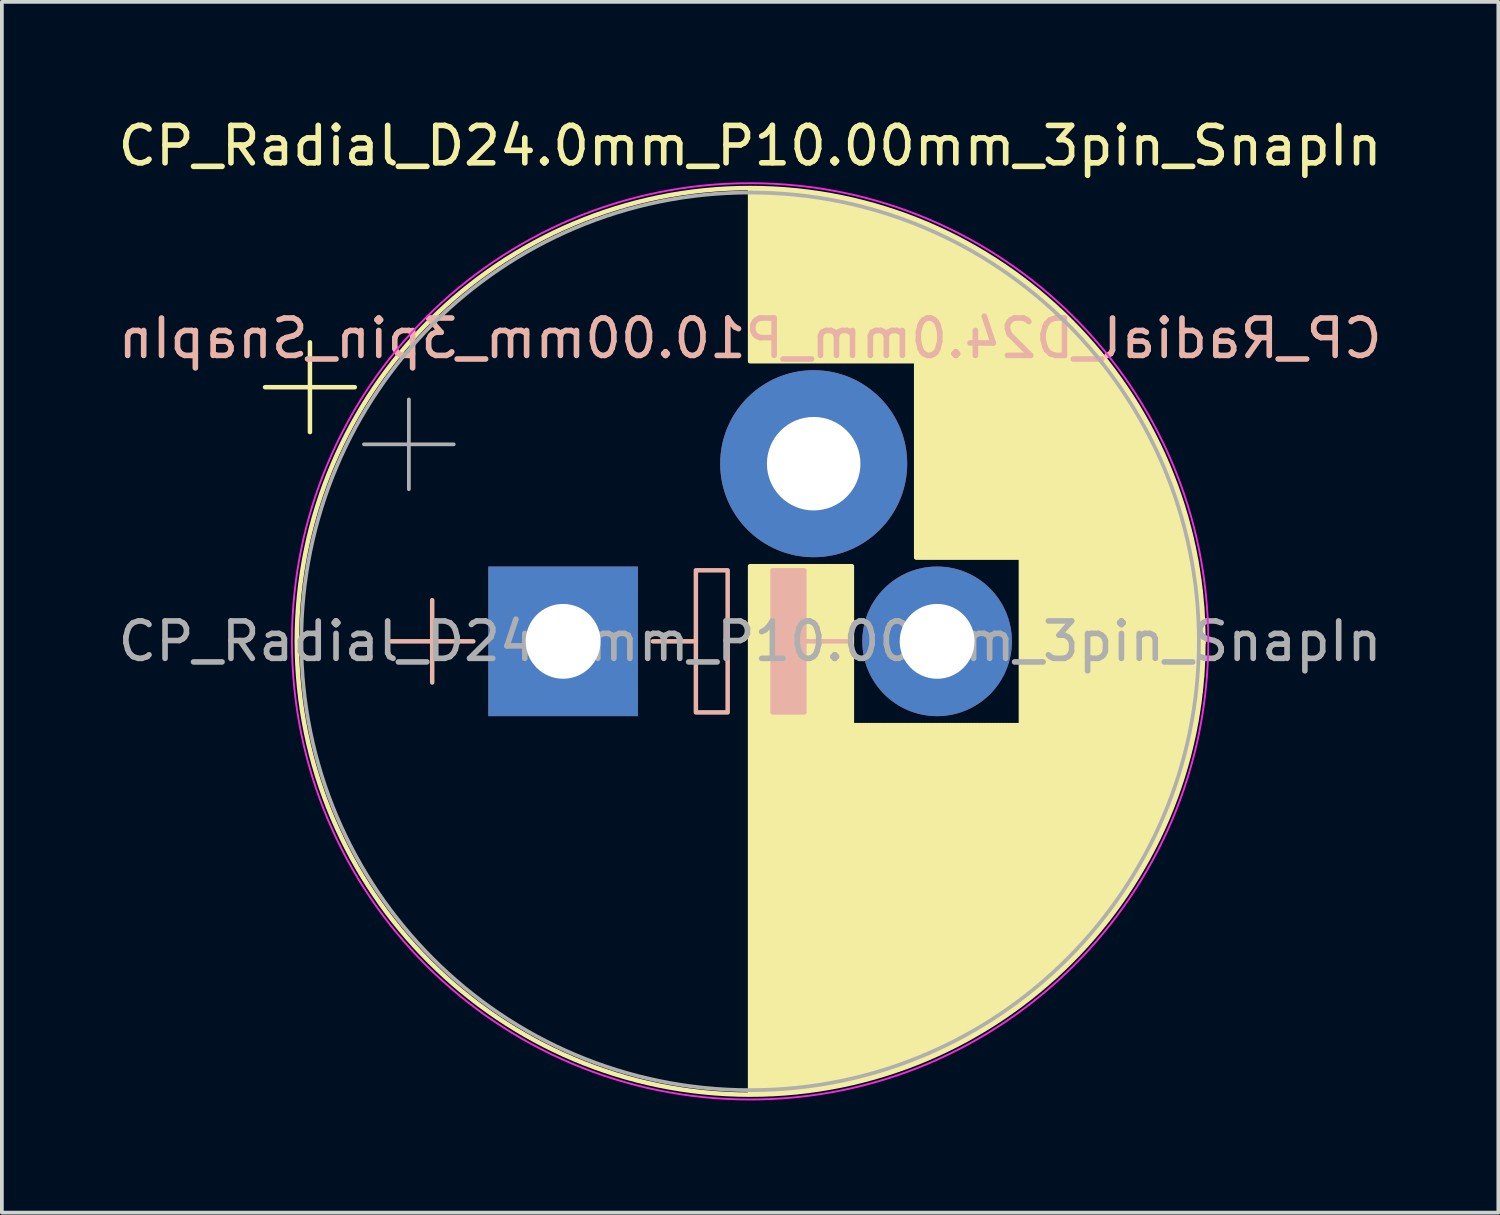
<source format=kicad_pcb>
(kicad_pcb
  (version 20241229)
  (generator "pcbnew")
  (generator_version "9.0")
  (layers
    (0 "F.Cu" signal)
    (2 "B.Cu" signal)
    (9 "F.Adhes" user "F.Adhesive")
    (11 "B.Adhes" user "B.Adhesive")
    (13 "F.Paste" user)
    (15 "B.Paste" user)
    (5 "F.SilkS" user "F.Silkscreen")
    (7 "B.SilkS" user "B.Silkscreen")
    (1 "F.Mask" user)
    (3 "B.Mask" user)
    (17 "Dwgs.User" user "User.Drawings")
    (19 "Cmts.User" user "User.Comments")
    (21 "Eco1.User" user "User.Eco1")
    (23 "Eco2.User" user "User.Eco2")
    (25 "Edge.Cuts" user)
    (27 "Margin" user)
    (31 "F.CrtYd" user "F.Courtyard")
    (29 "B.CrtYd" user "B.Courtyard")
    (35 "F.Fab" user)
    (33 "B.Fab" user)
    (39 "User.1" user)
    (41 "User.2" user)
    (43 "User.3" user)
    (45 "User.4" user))
  (footprint "CP_Radial_D24.0mm_P10.00mm_3pin_SnapIn"
    (layer "F.Cu")
    (at 12.006 14.098)
    (property "Reference" "CP_Radial_D24.0mm_P10.00mm_3pin_SnapIn" (at 5 -13.25 0) (layer "F.SilkS") (effects (font (size 1 1) (thickness 0.15))))
    (fp_line (start -7.969 -6.795) (end -5.569 -6.795) (stroke (width 0.12) (type solid)) (layer "F.SilkS"))
    (fp_line (start -6.769 -7.995) (end -6.769 -5.595) (stroke (width 0.12) (type solid)) (layer "F.SilkS"))
    (fp_line (start 5 -12.081) (end 5 -7.49) (stroke (width 0.12) (type solid)) (layer "F.SilkS"))
    (fp_line (start 5 -2.01) (end 5 12.081) (stroke (width 0.12) (type solid)) (layer "F.SilkS"))
    (fp_line (start 5.04 -12.08) (end 5.04 -7.49) (stroke (width 0.12) (type solid)) (layer "F.SilkS"))
    (fp_line (start 5.04 -2.01) (end 5.04 12.08) (stroke (width 0.12) (type solid)) (layer "F.SilkS"))
    (fp_line (start 5.08 -12.08) (end 5.08 -7.49) (stroke (width 0.12) (type solid)) (layer "F.SilkS"))
    (fp_line (start 5.08 -2.01) (end 5.08 12.08) (stroke (width 0.12) (type solid)) (layer "F.SilkS"))
    (fp_line (start 5.12 -12.08) (end 5.12 -7.49) (stroke (width 0.12) (type solid)) (layer "F.SilkS"))
    (fp_line (start 5.12 -2.01) (end 5.12 12.08) (stroke (width 0.12) (type solid)) (layer "F.SilkS"))
    (fp_line (start 5.16 -12.079) (end 5.16 -7.49) (stroke (width 0.12) (type solid)) (layer "F.SilkS"))
    (fp_line (start 5.16 -2.01) (end 5.16 12.079) (stroke (width 0.12) (type solid)) (layer "F.SilkS"))
    (fp_line (start 5.2 -12.079) (end 5.2 -7.49) (stroke (width 0.12) (type solid)) (layer "F.SilkS"))
    (fp_line (start 5.2 -2.01) (end 5.2 12.079) (stroke (width 0.12) (type solid)) (layer "F.SilkS"))
    (fp_line (start 5.24 -12.078) (end 5.24 -7.49) (stroke (width 0.12) (type solid)) (layer "F.SilkS"))
    (fp_line (start 5.24 -2.01) (end 5.24 12.078) (stroke (width 0.12) (type solid)) (layer "F.SilkS"))
    (fp_line (start 5.28 -12.077) (end 5.28 -7.49) (stroke (width 0.12) (type solid)) (layer "F.SilkS"))
    (fp_line (start 5.28 -2.01) (end 5.28 12.077) (stroke (width 0.12) (type solid)) (layer "F.SilkS"))
    (fp_line (start 5.32 -12.076) (end 5.32 -7.49) (stroke (width 0.12) (type solid)) (layer "F.SilkS"))
    (fp_line (start 5.32 -2.01) (end 5.32 12.076) (stroke (width 0.12) (type solid)) (layer "F.SilkS"))
    (fp_line (start 5.36 -12.075) (end 5.36 -7.49) (stroke (width 0.12) (type solid)) (layer "F.SilkS"))
    (fp_line (start 5.36 -2.01) (end 5.36 12.075) (stroke (width 0.12) (type solid)) (layer "F.SilkS"))
    (fp_line (start 5.4 -12.074) (end 5.4 -7.49) (stroke (width 0.12) (type solid)) (layer "F.SilkS"))
    (fp_line (start 5.4 -2.01) (end 5.4 12.074) (stroke (width 0.12) (type solid)) (layer "F.SilkS"))
    (fp_line (start 5.44 -12.073) (end 5.44 -7.49) (stroke (width 0.12) (type solid)) (layer "F.SilkS"))
    (fp_line (start 5.44 -2.01) (end 5.44 12.073) (stroke (width 0.12) (type solid)) (layer "F.SilkS"))
    (fp_line (start 5.48 -12.071) (end 5.48 -7.49) (stroke (width 0.12) (type solid)) (layer "F.SilkS"))
    (fp_line (start 5.48 -2.01) (end 5.48 12.071) (stroke (width 0.12) (type solid)) (layer "F.SilkS"))
    (fp_line (start 5.52 -12.069) (end 5.52 -7.49) (stroke (width 0.12) (type solid)) (layer "F.SilkS"))
    (fp_line (start 5.52 -2.01) (end 5.52 12.069) (stroke (width 0.12) (type solid)) (layer "F.SilkS"))
    (fp_line (start 5.56 -12.068) (end 5.56 -7.49) (stroke (width 0.12) (type solid)) (layer "F.SilkS"))
    (fp_line (start 5.56 -2.01) (end 5.56 12.068) (stroke (width 0.12) (type solid)) (layer "F.SilkS"))
    (fp_line (start 5.6 -12.066) (end 5.6 -7.49) (stroke (width 0.12) (type solid)) (layer "F.SilkS"))
    (fp_line (start 5.6 -2.01) (end 5.6 12.066) (stroke (width 0.12) (type solid)) (layer "F.SilkS"))
    (fp_line (start 5.64 -12.064) (end 5.64 -7.49) (stroke (width 0.12) (type solid)) (layer "F.SilkS"))
    (fp_line (start 5.64 -2.01) (end 5.64 12.064) (stroke (width 0.12) (type solid)) (layer "F.SilkS"))
    (fp_line (start 5.68 -12.061) (end 5.68 -7.49) (stroke (width 0.12) (type solid)) (layer "F.SilkS"))
    (fp_line (start 5.68 -2.01) (end 5.68 12.061) (stroke (width 0.12) (type solid)) (layer "F.SilkS"))
    (fp_line (start 5.721 -12.059) (end 5.721 -7.49) (stroke (width 0.12) (type solid)) (layer "F.SilkS"))
    (fp_line (start 5.721 -2.01) (end 5.721 12.059) (stroke (width 0.12) (type solid)) (layer "F.SilkS"))
    (fp_line (start 5.761 -12.057) (end 5.761 -7.49) (stroke (width 0.12) (type solid)) (layer "F.SilkS"))
    (fp_line (start 5.761 -2.01) (end 5.761 12.057) (stroke (width 0.12) (type solid)) (layer "F.SilkS"))
    (fp_line (start 5.801 -12.054) (end 5.801 -7.49) (stroke (width 0.12) (type solid)) (layer "F.SilkS"))
    (fp_line (start 5.801 -2.01) (end 5.801 12.054) (stroke (width 0.12) (type solid)) (layer "F.SilkS"))
    (fp_line (start 5.841 -12.051) (end 5.841 -7.49) (stroke (width 0.12) (type solid)) (layer "F.SilkS"))
    (fp_line (start 5.841 -2.01) (end 5.841 12.051) (stroke (width 0.12) (type solid)) (layer "F.SilkS"))
    (fp_line (start 5.881 -12.049) (end 5.881 -7.49) (stroke (width 0.12) (type solid)) (layer "F.SilkS"))
    (fp_line (start 5.881 -2.01) (end 5.881 12.049) (stroke (width 0.12) (type solid)) (layer "F.SilkS"))
    (fp_line (start 5.921 -12.046) (end 5.921 -7.49) (stroke (width 0.12) (type solid)) (layer "F.SilkS"))
    (fp_line (start 5.921 -2.01) (end 5.921 12.046) (stroke (width 0.12) (type solid)) (layer "F.SilkS"))
    (fp_line (start 5.961 -12.042) (end 5.961 -7.49) (stroke (width 0.12) (type solid)) (layer "F.SilkS"))
    (fp_line (start 5.961 -2.01) (end 5.961 12.042) (stroke (width 0.12) (type solid)) (layer "F.SilkS"))
    (fp_line (start 6.001 -12.039) (end 6.001 -7.49) (stroke (width 0.12) (type solid)) (layer "F.SilkS"))
    (fp_line (start 6.001 -2.01) (end 6.001 12.039) (stroke (width 0.12) (type solid)) (layer "F.SilkS"))
    (fp_line (start 6.041 -12.036) (end 6.041 -7.49) (stroke (width 0.12) (type solid)) (layer "F.SilkS"))
    (fp_line (start 6.041 -2.01) (end 6.041 12.036) (stroke (width 0.12) (type solid)) (layer "F.SilkS"))
    (fp_line (start 6.081 -12.032) (end 6.081 -7.49) (stroke (width 0.12) (type solid)) (layer "F.SilkS"))
    (fp_line (start 6.081 -2.01) (end 6.081 12.032) (stroke (width 0.12) (type solid)) (layer "F.SilkS"))
    (fp_line (start 6.121 -12.029) (end 6.121 -7.49) (stroke (width 0.12) (type solid)) (layer "F.SilkS"))
    (fp_line (start 6.121 -2.01) (end 6.121 12.029) (stroke (width 0.12) (type solid)) (layer "F.SilkS"))
    (fp_line (start 6.161 -12.025) (end 6.161 -7.49) (stroke (width 0.12) (type solid)) (layer "F.SilkS"))
    (fp_line (start 6.161 -2.01) (end 6.161 12.025) (stroke (width 0.12) (type solid)) (layer "F.SilkS"))
    (fp_line (start 6.201 -12.021) (end 6.201 -7.49) (stroke (width 0.12) (type solid)) (layer "F.SilkS"))
    (fp_line (start 6.201 -2.01) (end 6.201 12.021) (stroke (width 0.12) (type solid)) (layer "F.SilkS"))
    (fp_line (start 6.241 -12.017) (end 6.241 -7.49) (stroke (width 0.12) (type solid)) (layer "F.SilkS"))
    (fp_line (start 6.241 -2.01) (end 6.241 12.017) (stroke (width 0.12) (type solid)) (layer "F.SilkS"))
    (fp_line (start 6.281 -12.013) (end 6.281 -7.49) (stroke (width 0.12) (type solid)) (layer "F.SilkS"))
    (fp_line (start 6.281 -2.01) (end 6.281 12.013) (stroke (width 0.12) (type solid)) (layer "F.SilkS"))
    (fp_line (start 6.321 -12.008) (end 6.321 -7.49) (stroke (width 0.12) (type solid)) (layer "F.SilkS"))
    (fp_line (start 6.321 -2.01) (end 6.321 12.008) (stroke (width 0.12) (type solid)) (layer "F.SilkS"))
    (fp_line (start 6.361 -12.004) (end 6.361 -7.49) (stroke (width 0.12) (type solid)) (layer "F.SilkS"))
    (fp_line (start 6.361 -2.01) (end 6.361 12.004) (stroke (width 0.12) (type solid)) (layer "F.SilkS"))
    (fp_line (start 6.401 -11.999) (end 6.401 -7.49) (stroke (width 0.12) (type solid)) (layer "F.SilkS"))
    (fp_line (start 6.401 -2.01) (end 6.401 11.999) (stroke (width 0.12) (type solid)) (layer "F.SilkS"))
    (fp_line (start 6.441 -11.995) (end 6.441 -7.49) (stroke (width 0.12) (type solid)) (layer "F.SilkS"))
    (fp_line (start 6.441 -2.01) (end 6.441 11.995) (stroke (width 0.12) (type solid)) (layer "F.SilkS"))
    (fp_line (start 6.481 -11.99) (end 6.481 -7.49) (stroke (width 0.12) (type solid)) (layer "F.SilkS"))
    (fp_line (start 6.481 -2.01) (end 6.481 11.99) (stroke (width 0.12) (type solid)) (layer "F.SilkS"))
    (fp_line (start 6.521 -11.985) (end 6.521 -7.49) (stroke (width 0.12) (type solid)) (layer "F.SilkS"))
    (fp_line (start 6.521 -2.01) (end 6.521 11.985) (stroke (width 0.12) (type solid)) (layer "F.SilkS"))
    (fp_line (start 6.561 -11.98) (end 6.561 -7.49) (stroke (width 0.12) (type solid)) (layer "F.SilkS"))
    (fp_line (start 6.561 -2.01) (end 6.561 11.98) (stroke (width 0.12) (type solid)) (layer "F.SilkS"))
    (fp_line (start 6.601 -11.974) (end 6.601 -7.49) (stroke (width 0.12) (type solid)) (layer "F.SilkS"))
    (fp_line (start 6.601 -2.01) (end 6.601 11.974) (stroke (width 0.12) (type solid)) (layer "F.SilkS"))
    (fp_line (start 6.641 -11.969) (end 6.641 -7.49) (stroke (width 0.12) (type solid)) (layer "F.SilkS"))
    (fp_line (start 6.641 -2.01) (end 6.641 11.969) (stroke (width 0.12) (type solid)) (layer "F.SilkS"))
    (fp_line (start 6.681 -11.963) (end 6.681 -7.49) (stroke (width 0.12) (type solid)) (layer "F.SilkS"))
    (fp_line (start 6.681 -2.01) (end 6.681 11.963) (stroke (width 0.12) (type solid)) (layer "F.SilkS"))
    (fp_line (start 6.721 -11.958) (end 6.721 -7.49) (stroke (width 0.12) (type solid)) (layer "F.SilkS"))
    (fp_line (start 6.721 -2.01) (end 6.721 11.958) (stroke (width 0.12) (type solid)) (layer "F.SilkS"))
    (fp_line (start 6.761 -11.952) (end 6.761 -7.49) (stroke (width 0.12) (type solid)) (layer "F.SilkS"))
    (fp_line (start 6.761 -2.01) (end 6.761 11.952) (stroke (width 0.12) (type solid)) (layer "F.SilkS"))
    (fp_line (start 6.801 -11.946) (end 6.801 -7.49) (stroke (width 0.12) (type solid)) (layer "F.SilkS"))
    (fp_line (start 6.801 -2.01) (end 6.801 11.946) (stroke (width 0.12) (type solid)) (layer "F.SilkS"))
    (fp_line (start 6.841 -11.94) (end 6.841 -7.49) (stroke (width 0.12) (type solid)) (layer "F.SilkS"))
    (fp_line (start 6.841 -2.01) (end 6.841 11.94) (stroke (width 0.12) (type solid)) (layer "F.SilkS"))
    (fp_line (start 6.881 -11.934) (end 6.881 -7.49) (stroke (width 0.12) (type solid)) (layer "F.SilkS"))
    (fp_line (start 6.881 -2.01) (end 6.881 11.934) (stroke (width 0.12) (type solid)) (layer "F.SilkS"))
    (fp_line (start 6.921 -11.927) (end 6.921 -7.49) (stroke (width 0.12) (type solid)) (layer "F.SilkS"))
    (fp_line (start 6.921 -2.01) (end 6.921 11.927) (stroke (width 0.12) (type solid)) (layer "F.SilkS"))
    (fp_line (start 6.961 -11.921) (end 6.961 -7.49) (stroke (width 0.12) (type solid)) (layer "F.SilkS"))
    (fp_line (start 6.961 -2.01) (end 6.961 11.921) (stroke (width 0.12) (type solid)) (layer "F.SilkS"))
    (fp_line (start 7.001 -11.914) (end 7.001 -7.49) (stroke (width 0.12) (type solid)) (layer "F.SilkS"))
    (fp_line (start 7.001 -2.01) (end 7.001 11.914) (stroke (width 0.12) (type solid)) (layer "F.SilkS"))
    (fp_line (start 7.041 -11.908) (end 7.041 -7.49) (stroke (width 0.12) (type solid)) (layer "F.SilkS"))
    (fp_line (start 7.041 -2.01) (end 7.041 11.908) (stroke (width 0.12) (type solid)) (layer "F.SilkS"))
    (fp_line (start 7.081 -11.901) (end 7.081 -7.49) (stroke (width 0.12) (type solid)) (layer "F.SilkS"))
    (fp_line (start 7.081 -2.01) (end 7.081 11.901) (stroke (width 0.12) (type solid)) (layer "F.SilkS"))
    (fp_line (start 7.121 -11.894) (end 7.121 -7.49) (stroke (width 0.12) (type solid)) (layer "F.SilkS"))
    (fp_line (start 7.121 -2.01) (end 7.121 11.894) (stroke (width 0.12) (type solid)) (layer "F.SilkS"))
    (fp_line (start 7.161 -11.886) (end 7.161 -7.49) (stroke (width 0.12) (type solid)) (layer "F.SilkS"))
    (fp_line (start 7.161 -2.01) (end 7.161 11.886) (stroke (width 0.12) (type solid)) (layer "F.SilkS"))
    (fp_line (start 7.201 -11.879) (end 7.201 -7.49) (stroke (width 0.12) (type solid)) (layer "F.SilkS"))
    (fp_line (start 7.201 -2.01) (end 7.201 11.879) (stroke (width 0.12) (type solid)) (layer "F.SilkS"))
    (fp_line (start 7.241 -11.872) (end 7.241 -7.49) (stroke (width 0.12) (type solid)) (layer "F.SilkS"))
    (fp_line (start 7.241 -2.01) (end 7.241 11.872) (stroke (width 0.12) (type solid)) (layer "F.SilkS"))
    (fp_line (start 7.281 -11.864) (end 7.281 -7.49) (stroke (width 0.12) (type solid)) (layer "F.SilkS"))
    (fp_line (start 7.281 -2.01) (end 7.281 11.864) (stroke (width 0.12) (type solid)) (layer "F.SilkS"))
    (fp_line (start 7.321 -11.856) (end 7.321 -7.49) (stroke (width 0.12) (type solid)) (layer "F.SilkS"))
    (fp_line (start 7.321 -2.01) (end 7.321 11.856) (stroke (width 0.12) (type solid)) (layer "F.SilkS"))
    (fp_line (start 7.361 -11.849) (end 7.361 -7.49) (stroke (width 0.12) (type solid)) (layer "F.SilkS"))
    (fp_line (start 7.361 -2.01) (end 7.361 11.849) (stroke (width 0.12) (type solid)) (layer "F.SilkS"))
    (fp_line (start 7.401 -11.841) (end 7.401 -7.49) (stroke (width 0.12) (type solid)) (layer "F.SilkS"))
    (fp_line (start 7.401 -2.01) (end 7.401 11.841) (stroke (width 0.12) (type solid)) (layer "F.SilkS"))
    (fp_line (start 7.441 -11.832) (end 7.441 -7.49) (stroke (width 0.12) (type solid)) (layer "F.SilkS"))
    (fp_line (start 7.441 -2.01) (end 7.441 11.832) (stroke (width 0.12) (type solid)) (layer "F.SilkS"))
    (fp_line (start 7.481 -11.824) (end 7.481 -7.49) (stroke (width 0.12) (type solid)) (layer "F.SilkS"))
    (fp_line (start 7.481 -2.01) (end 7.481 11.824) (stroke (width 0.12) (type solid)) (layer "F.SilkS"))
    (fp_line (start 7.521 -11.816) (end 7.521 -7.49) (stroke (width 0.12) (type solid)) (layer "F.SilkS"))
    (fp_line (start 7.521 -2.01) (end 7.521 11.816) (stroke (width 0.12) (type solid)) (layer "F.SilkS"))
    (fp_line (start 7.561 -11.807) (end 7.561 -7.49) (stroke (width 0.12) (type solid)) (layer "F.SilkS"))
    (fp_line (start 7.561 -2.01) (end 7.561 11.807) (stroke (width 0.12) (type solid)) (layer "F.SilkS"))
    (fp_line (start 7.601 -11.798) (end 7.601 -7.49) (stroke (width 0.12) (type solid)) (layer "F.SilkS"))
    (fp_line (start 7.601 -2.01) (end 7.601 11.798) (stroke (width 0.12) (type solid)) (layer "F.SilkS"))
    (fp_line (start 7.641 -11.789) (end 7.641 -7.49) (stroke (width 0.12) (type solid)) (layer "F.SilkS"))
    (fp_line (start 7.641 -2.01) (end 7.641 11.789) (stroke (width 0.12) (type solid)) (layer "F.SilkS"))
    (fp_line (start 7.681 -11.78) (end 7.681 -7.49) (stroke (width 0.12) (type solid)) (layer "F.SilkS"))
    (fp_line (start 7.681 -2.01) (end 7.681 11.78) (stroke (width 0.12) (type solid)) (layer "F.SilkS"))
    (fp_line (start 7.721 -11.771) (end 7.721 -7.49) (stroke (width 0.12) (type solid)) (layer "F.SilkS"))
    (fp_line (start 7.721 -2.01) (end 7.721 11.771) (stroke (width 0.12) (type solid)) (layer "F.SilkS"))
    (fp_line (start 7.761 -11.762) (end 7.761 -7.49) (stroke (width 0.12) (type solid)) (layer "F.SilkS"))
    (fp_line (start 7.761 2.24) (end 7.761 11.762) (stroke (width 0.12) (type solid)) (layer "F.SilkS"))
    (fp_line (start 7.801 -11.753) (end 7.801 -7.49) (stroke (width 0.12) (type solid)) (layer "F.SilkS"))
    (fp_line (start 7.801 2.24) (end 7.801 11.753) (stroke (width 0.12) (type solid)) (layer "F.SilkS"))
    (fp_line (start 7.841 -11.743) (end 7.841 -7.49) (stroke (width 0.12) (type solid)) (layer "F.SilkS"))
    (fp_line (start 7.841 2.24) (end 7.841 11.743) (stroke (width 0.12) (type solid)) (layer "F.SilkS"))
    (fp_line (start 7.881 -11.733) (end 7.881 -7.49) (stroke (width 0.12) (type solid)) (layer "F.SilkS"))
    (fp_line (start 7.881 2.24) (end 7.881 11.733) (stroke (width 0.12) (type solid)) (layer "F.SilkS"))
    (fp_line (start 7.921 -11.723) (end 7.921 -7.49) (stroke (width 0.12) (type solid)) (layer "F.SilkS"))
    (fp_line (start 7.921 2.24) (end 7.921 11.723) (stroke (width 0.12) (type solid)) (layer "F.SilkS"))
    (fp_line (start 7.961 -11.713) (end 7.961 -7.49) (stroke (width 0.12) (type solid)) (layer "F.SilkS"))
    (fp_line (start 7.961 2.24) (end 7.961 11.713) (stroke (width 0.12) (type solid)) (layer "F.SilkS"))
    (fp_line (start 8.001 -11.703) (end 8.001 -7.49) (stroke (width 0.12) (type solid)) (layer "F.SilkS"))
    (fp_line (start 8.001 2.24) (end 8.001 11.703) (stroke (width 0.12) (type solid)) (layer "F.SilkS"))
    (fp_line (start 8.041 -11.693) (end 8.041 -7.49) (stroke (width 0.12) (type solid)) (layer "F.SilkS"))
    (fp_line (start 8.041 2.24) (end 8.041 11.693) (stroke (width 0.12) (type solid)) (layer "F.SilkS"))
    (fp_line (start 8.081 -11.683) (end 8.081 -7.49) (stroke (width 0.12) (type solid)) (layer "F.SilkS"))
    (fp_line (start 8.081 2.24) (end 8.081 11.683) (stroke (width 0.12) (type solid)) (layer "F.SilkS"))
    (fp_line (start 8.121 -11.672) (end 8.121 -7.49) (stroke (width 0.12) (type solid)) (layer "F.SilkS"))
    (fp_line (start 8.121 2.24) (end 8.121 11.672) (stroke (width 0.12) (type solid)) (layer "F.SilkS"))
    (fp_line (start 8.161 -11.661) (end 8.161 -7.49) (stroke (width 0.12) (type solid)) (layer "F.SilkS"))
    (fp_line (start 8.161 2.24) (end 8.161 11.661) (stroke (width 0.12) (type solid)) (layer "F.SilkS"))
    (fp_line (start 8.201 -11.65) (end 8.201 -7.49) (stroke (width 0.12) (type solid)) (layer "F.SilkS"))
    (fp_line (start 8.201 2.24) (end 8.201 11.65) (stroke (width 0.12) (type solid)) (layer "F.SilkS"))
    (fp_line (start 8.241 -11.639) (end 8.241 -7.49) (stroke (width 0.12) (type solid)) (layer "F.SilkS"))
    (fp_line (start 8.241 2.24) (end 8.241 11.639) (stroke (width 0.12) (type solid)) (layer "F.SilkS"))
    (fp_line (start 8.281 -11.628) (end 8.281 -7.49) (stroke (width 0.12) (type solid)) (layer "F.SilkS"))
    (fp_line (start 8.281 2.24) (end 8.281 11.628) (stroke (width 0.12) (type solid)) (layer "F.SilkS"))
    (fp_line (start 8.321 -11.617) (end 8.321 -7.49) (stroke (width 0.12) (type solid)) (layer "F.SilkS"))
    (fp_line (start 8.321 2.24) (end 8.321 11.617) (stroke (width 0.12) (type solid)) (layer "F.SilkS"))
    (fp_line (start 8.361 -11.605) (end 8.361 -7.49) (stroke (width 0.12) (type solid)) (layer "F.SilkS"))
    (fp_line (start 8.361 2.24) (end 8.361 11.605) (stroke (width 0.12) (type solid)) (layer "F.SilkS"))
    (fp_line (start 8.401 -11.594) (end 8.401 -7.49) (stroke (width 0.12) (type solid)) (layer "F.SilkS"))
    (fp_line (start 8.401 2.24) (end 8.401 11.594) (stroke (width 0.12) (type solid)) (layer "F.SilkS"))
    (fp_line (start 8.441 -11.582) (end 8.441 -7.49) (stroke (width 0.12) (type solid)) (layer "F.SilkS"))
    (fp_line (start 8.441 2.24) (end 8.441 11.582) (stroke (width 0.12) (type solid)) (layer "F.SilkS"))
    (fp_line (start 8.481 -11.57) (end 8.481 -7.49) (stroke (width 0.12) (type solid)) (layer "F.SilkS"))
    (fp_line (start 8.481 2.24) (end 8.481 11.57) (stroke (width 0.12) (type solid)) (layer "F.SilkS"))
    (fp_line (start 8.521 -11.558) (end 8.521 -7.49) (stroke (width 0.12) (type solid)) (layer "F.SilkS"))
    (fp_line (start 8.521 2.24) (end 8.521 11.558) (stroke (width 0.12) (type solid)) (layer "F.SilkS"))
    (fp_line (start 8.561 -11.546) (end 8.561 -7.49) (stroke (width 0.12) (type solid)) (layer "F.SilkS"))
    (fp_line (start 8.561 2.24) (end 8.561 11.546) (stroke (width 0.12) (type solid)) (layer "F.SilkS"))
    (fp_line (start 8.601 -11.534) (end 8.601 -7.49) (stroke (width 0.12) (type solid)) (layer "F.SilkS"))
    (fp_line (start 8.601 2.24) (end 8.601 11.534) (stroke (width 0.12) (type solid)) (layer "F.SilkS"))
    (fp_line (start 8.641 -11.521) (end 8.641 -7.49) (stroke (width 0.12) (type solid)) (layer "F.SilkS"))
    (fp_line (start 8.641 2.24) (end 8.641 11.521) (stroke (width 0.12) (type solid)) (layer "F.SilkS"))
    (fp_line (start 8.681 -11.508) (end 8.681 -7.49) (stroke (width 0.12) (type solid)) (layer "F.SilkS"))
    (fp_line (start 8.681 2.24) (end 8.681 11.508) (stroke (width 0.12) (type solid)) (layer "F.SilkS"))
    (fp_line (start 8.721 -11.495) (end 8.721 -7.49) (stroke (width 0.12) (type solid)) (layer "F.SilkS"))
    (fp_line (start 8.721 2.24) (end 8.721 11.495) (stroke (width 0.12) (type solid)) (layer "F.SilkS"))
    (fp_line (start 8.761 -11.483) (end 8.761 -7.49) (stroke (width 0.12) (type solid)) (layer "F.SilkS"))
    (fp_line (start 8.761 2.24) (end 8.761 11.483) (stroke (width 0.12) (type solid)) (layer "F.SilkS"))
    (fp_line (start 8.801 -11.469) (end 8.801 -7.49) (stroke (width 0.12) (type solid)) (layer "F.SilkS"))
    (fp_line (start 8.801 2.24) (end 8.801 11.469) (stroke (width 0.12) (type solid)) (layer "F.SilkS"))
    (fp_line (start 8.841 -11.456) (end 8.841 -7.49) (stroke (width 0.12) (type solid)) (layer "F.SilkS"))
    (fp_line (start 8.841 2.24) (end 8.841 11.456) (stroke (width 0.12) (type solid)) (layer "F.SilkS"))
    (fp_line (start 8.881 -11.443) (end 8.881 -7.49) (stroke (width 0.12) (type solid)) (layer "F.SilkS"))
    (fp_line (start 8.881 2.24) (end 8.881 11.443) (stroke (width 0.12) (type solid)) (layer "F.SilkS"))
    (fp_line (start 8.921 -11.429) (end 8.921 -7.49) (stroke (width 0.12) (type solid)) (layer "F.SilkS"))
    (fp_line (start 8.921 2.24) (end 8.921 11.429) (stroke (width 0.12) (type solid)) (layer "F.SilkS"))
    (fp_line (start 8.961 -11.415) (end 8.961 -7.49) (stroke (width 0.12) (type solid)) (layer "F.SilkS"))
    (fp_line (start 8.961 2.24) (end 8.961 11.415) (stroke (width 0.12) (type solid)) (layer "F.SilkS"))
    (fp_line (start 9.001 -11.401) (end 9.001 -7.49) (stroke (width 0.12) (type solid)) (layer "F.SilkS"))
    (fp_line (start 9.001 2.24) (end 9.001 11.401) (stroke (width 0.12) (type solid)) (layer "F.SilkS"))
    (fp_line (start 9.041 -11.387) (end 9.041 -7.49) (stroke (width 0.12) (type solid)) (layer "F.SilkS"))
    (fp_line (start 9.041 2.24) (end 9.041 11.387) (stroke (width 0.12) (type solid)) (layer "F.SilkS"))
    (fp_line (start 9.081 -11.373) (end 9.081 -7.49) (stroke (width 0.12) (type solid)) (layer "F.SilkS"))
    (fp_line (start 9.081 2.24) (end 9.081 11.373) (stroke (width 0.12) (type solid)) (layer "F.SilkS"))
    (fp_line (start 9.121 -11.359) (end 9.121 -7.49) (stroke (width 0.12) (type solid)) (layer "F.SilkS"))
    (fp_line (start 9.121 2.24) (end 9.121 11.359) (stroke (width 0.12) (type solid)) (layer "F.SilkS"))
    (fp_line (start 9.161 -11.344) (end 9.161 -7.49) (stroke (width 0.12) (type solid)) (layer "F.SilkS"))
    (fp_line (start 9.161 2.24) (end 9.161 11.344) (stroke (width 0.12) (type solid)) (layer "F.SilkS"))
    (fp_line (start 9.201 -11.33) (end 9.201 -7.49) (stroke (width 0.12) (type solid)) (layer "F.SilkS"))
    (fp_line (start 9.201 2.24) (end 9.201 11.33) (stroke (width 0.12) (type solid)) (layer "F.SilkS"))
    (fp_line (start 9.241 -11.315) (end 9.241 -7.49) (stroke (width 0.12) (type solid)) (layer "F.SilkS"))
    (fp_line (start 9.241 2.24) (end 9.241 11.315) (stroke (width 0.12) (type solid)) (layer "F.SilkS"))
    (fp_line (start 9.281 -11.3) (end 9.281 -7.49) (stroke (width 0.12) (type solid)) (layer "F.SilkS"))
    (fp_line (start 9.281 2.24) (end 9.281 11.3) (stroke (width 0.12) (type solid)) (layer "F.SilkS"))
    (fp_line (start 9.321 -11.284) (end 9.321 -7.49) (stroke (width 0.12) (type solid)) (layer "F.SilkS"))
    (fp_line (start 9.321 2.24) (end 9.321 11.284) (stroke (width 0.12) (type solid)) (layer "F.SilkS"))
    (fp_line (start 9.361 -11.269) (end 9.361 -7.49) (stroke (width 0.12) (type solid)) (layer "F.SilkS"))
    (fp_line (start 9.361 2.24) (end 9.361 11.269) (stroke (width 0.12) (type solid)) (layer "F.SilkS"))
    (fp_line (start 9.401 -11.254) (end 9.401 -7.49) (stroke (width 0.12) (type solid)) (layer "F.SilkS"))
    (fp_line (start 9.401 2.24) (end 9.401 11.254) (stroke (width 0.12) (type solid)) (layer "F.SilkS"))
    (fp_line (start 9.441 -11.238) (end 9.441 -2.24) (stroke (width 0.12) (type solid)) (layer "F.SilkS"))
    (fp_line (start 9.441 2.24) (end 9.441 11.238) (stroke (width 0.12) (type solid)) (layer "F.SilkS"))
    (fp_line (start 9.481 -11.222) (end 9.481 -2.24) (stroke (width 0.12) (type solid)) (layer "F.SilkS"))
    (fp_line (start 9.481 2.24) (end 9.481 11.222) (stroke (width 0.12) (type solid)) (layer "F.SilkS"))
    (fp_line (start 9.521 -11.206) (end 9.521 -2.24) (stroke (width 0.12) (type solid)) (layer "F.SilkS"))
    (fp_line (start 9.521 2.24) (end 9.521 11.206) (stroke (width 0.12) (type solid)) (layer "F.SilkS"))
    (fp_line (start 9.561 -11.19) (end 9.561 -2.24) (stroke (width 0.12) (type solid)) (layer "F.SilkS"))
    (fp_line (start 9.561 2.24) (end 9.561 11.19) (stroke (width 0.12) (type solid)) (layer "F.SilkS"))
    (fp_line (start 9.601 -11.174) (end 9.601 -2.24) (stroke (width 0.12) (type solid)) (layer "F.SilkS"))
    (fp_line (start 9.601 2.24) (end 9.601 11.174) (stroke (width 0.12) (type solid)) (layer "F.SilkS"))
    (fp_line (start 9.641 -11.157) (end 9.641 -2.24) (stroke (width 0.12) (type solid)) (layer "F.SilkS"))
    (fp_line (start 9.641 2.24) (end 9.641 11.157) (stroke (width 0.12) (type solid)) (layer "F.SilkS"))
    (fp_line (start 9.681 -11.14) (end 9.681 -2.24) (stroke (width 0.12) (type solid)) (layer "F.SilkS"))
    (fp_line (start 9.681 2.24) (end 9.681 11.14) (stroke (width 0.12) (type solid)) (layer "F.SilkS"))
    (fp_line (start 9.721 -11.124) (end 9.721 -2.24) (stroke (width 0.12) (type solid)) (layer "F.SilkS"))
    (fp_line (start 9.721 2.24) (end 9.721 11.124) (stroke (width 0.12) (type solid)) (layer "F.SilkS"))
    (fp_line (start 9.761 -11.107) (end 9.761 -2.24) (stroke (width 0.12) (type solid)) (layer "F.SilkS"))
    (fp_line (start 9.761 2.24) (end 9.761 11.107) (stroke (width 0.12) (type solid)) (layer "F.SilkS"))
    (fp_line (start 9.801 -11.089) (end 9.801 -2.24) (stroke (width 0.12) (type solid)) (layer "F.SilkS"))
    (fp_line (start 9.801 2.24) (end 9.801 11.089) (stroke (width 0.12) (type solid)) (layer "F.SilkS"))
    (fp_line (start 9.841 -11.072) (end 9.841 -2.24) (stroke (width 0.12) (type solid)) (layer "F.SilkS"))
    (fp_line (start 9.841 2.24) (end 9.841 11.072) (stroke (width 0.12) (type solid)) (layer "F.SilkS"))
    (fp_line (start 9.881 -11.055) (end 9.881 -2.24) (stroke (width 0.12) (type solid)) (layer "F.SilkS"))
    (fp_line (start 9.881 2.24) (end 9.881 11.055) (stroke (width 0.12) (type solid)) (layer "F.SilkS"))
    (fp_line (start 9.921 -11.037) (end 9.921 -2.24) (stroke (width 0.12) (type solid)) (layer "F.SilkS"))
    (fp_line (start 9.921 2.24) (end 9.921 11.037) (stroke (width 0.12) (type solid)) (layer "F.SilkS"))
    (fp_line (start 9.961 -11.019) (end 9.961 -2.24) (stroke (width 0.12) (type solid)) (layer "F.SilkS"))
    (fp_line (start 9.961 2.24) (end 9.961 11.019) (stroke (width 0.12) (type solid)) (layer "F.SilkS"))
    (fp_line (start 10.001 -11.001) (end 10.001 -2.24) (stroke (width 0.12) (type solid)) (layer "F.SilkS"))
    (fp_line (start 10.001 2.24) (end 10.001 11.001) (stroke (width 0.12) (type solid)) (layer "F.SilkS"))
    (fp_line (start 10.041 -10.983) (end 10.041 -2.24) (stroke (width 0.12) (type solid)) (layer "F.SilkS"))
    (fp_line (start 10.041 2.24) (end 10.041 10.983) (stroke (width 0.12) (type solid)) (layer "F.SilkS"))
    (fp_line (start 10.081 -10.964) (end 10.081 -2.24) (stroke (width 0.12) (type solid)) (layer "F.SilkS"))
    (fp_line (start 10.081 2.24) (end 10.081 10.964) (stroke (width 0.12) (type solid)) (layer "F.SilkS"))
    (fp_line (start 10.121 -10.946) (end 10.121 -2.24) (stroke (width 0.12) (type solid)) (layer "F.SilkS"))
    (fp_line (start 10.121 2.24) (end 10.121 10.946) (stroke (width 0.12) (type solid)) (layer "F.SilkS"))
    (fp_line (start 10.161 -10.927) (end 10.161 -2.24) (stroke (width 0.12) (type solid)) (layer "F.SilkS"))
    (fp_line (start 10.161 2.24) (end 10.161 10.927) (stroke (width 0.12) (type solid)) (layer "F.SilkS"))
    (fp_line (start 10.201 -10.908) (end 10.201 -2.24) (stroke (width 0.12) (type solid)) (layer "F.SilkS"))
    (fp_line (start 10.201 2.24) (end 10.201 10.908) (stroke (width 0.12) (type solid)) (layer "F.SilkS"))
    (fp_line (start 10.241 -10.889) (end 10.241 -2.24) (stroke (width 0.12) (type solid)) (layer "F.SilkS"))
    (fp_line (start 10.241 2.24) (end 10.241 10.889) (stroke (width 0.12) (type solid)) (layer "F.SilkS"))
    (fp_line (start 10.281 -10.87) (end 10.281 -2.24) (stroke (width 0.12) (type solid)) (layer "F.SilkS"))
    (fp_line (start 10.281 2.24) (end 10.281 10.87) (stroke (width 0.12) (type solid)) (layer "F.SilkS"))
    (fp_line (start 10.321 -10.85) (end 10.321 -2.24) (stroke (width 0.12) (type solid)) (layer "F.SilkS"))
    (fp_line (start 10.321 2.24) (end 10.321 10.85) (stroke (width 0.12) (type solid)) (layer "F.SilkS"))
    (fp_line (start 10.361 -10.831) (end 10.361 -2.24) (stroke (width 0.12) (type solid)) (layer "F.SilkS"))
    (fp_line (start 10.361 2.24) (end 10.361 10.831) (stroke (width 0.12) (type solid)) (layer "F.SilkS"))
    (fp_line (start 10.401 -10.811) (end 10.401 -2.24) (stroke (width 0.12) (type solid)) (layer "F.SilkS"))
    (fp_line (start 10.401 2.24) (end 10.401 10.811) (stroke (width 0.12) (type solid)) (layer "F.SilkS"))
    (fp_line (start 10.441 -10.791) (end 10.441 -2.24) (stroke (width 0.12) (type solid)) (layer "F.SilkS"))
    (fp_line (start 10.441 2.24) (end 10.441 10.791) (stroke (width 0.12) (type solid)) (layer "F.SilkS"))
    (fp_line (start 10.481 -10.771) (end 10.481 -2.24) (stroke (width 0.12) (type solid)) (layer "F.SilkS"))
    (fp_line (start 10.481 2.24) (end 10.481 10.771) (stroke (width 0.12) (type solid)) (layer "F.SilkS"))
    (fp_line (start 10.521 -10.75) (end 10.521 -2.24) (stroke (width 0.12) (type solid)) (layer "F.SilkS"))
    (fp_line (start 10.521 2.24) (end 10.521 10.75) (stroke (width 0.12) (type solid)) (layer "F.SilkS"))
    (fp_line (start 10.561 -10.73) (end 10.561 -2.24) (stroke (width 0.12) (type solid)) (layer "F.SilkS"))
    (fp_line (start 10.561 2.24) (end 10.561 10.73) (stroke (width 0.12) (type solid)) (layer "F.SilkS"))
    (fp_line (start 10.601 -10.709) (end 10.601 -2.24) (stroke (width 0.12) (type solid)) (layer "F.SilkS"))
    (fp_line (start 10.601 2.24) (end 10.601 10.709) (stroke (width 0.12) (type solid)) (layer "F.SilkS"))
    (fp_line (start 10.641 -10.688) (end 10.641 -2.24) (stroke (width 0.12) (type solid)) (layer "F.SilkS"))
    (fp_line (start 10.641 2.24) (end 10.641 10.688) (stroke (width 0.12) (type solid)) (layer "F.SilkS"))
    (fp_line (start 10.681 -10.667) (end 10.681 -2.24) (stroke (width 0.12) (type solid)) (layer "F.SilkS"))
    (fp_line (start 10.681 2.24) (end 10.681 10.667) (stroke (width 0.12) (type solid)) (layer "F.SilkS"))
    (fp_line (start 10.721 -10.646) (end 10.721 -2.24) (stroke (width 0.12) (type solid)) (layer "F.SilkS"))
    (fp_line (start 10.721 2.24) (end 10.721 10.646) (stroke (width 0.12) (type solid)) (layer "F.SilkS"))
    (fp_line (start 10.761 -10.624) (end 10.761 -2.24) (stroke (width 0.12) (type solid)) (layer "F.SilkS"))
    (fp_line (start 10.761 2.24) (end 10.761 10.624) (stroke (width 0.12) (type solid)) (layer "F.SilkS"))
    (fp_line (start 10.801 -10.603) (end 10.801 -2.24) (stroke (width 0.12) (type solid)) (layer "F.SilkS"))
    (fp_line (start 10.801 2.24) (end 10.801 10.603) (stroke (width 0.12) (type solid)) (layer "F.SilkS"))
    (fp_line (start 10.841 -10.581) (end 10.841 -2.24) (stroke (width 0.12) (type solid)) (layer "F.SilkS"))
    (fp_line (start 10.841 2.24) (end 10.841 10.581) (stroke (width 0.12) (type solid)) (layer "F.SilkS"))
    (fp_line (start 10.881 -10.559) (end 10.881 -2.24) (stroke (width 0.12) (type solid)) (layer "F.SilkS"))
    (fp_line (start 10.881 2.24) (end 10.881 10.559) (stroke (width 0.12) (type solid)) (layer "F.SilkS"))
    (fp_line (start 10.921 -10.536) (end 10.921 -2.24) (stroke (width 0.12) (type solid)) (layer "F.SilkS"))
    (fp_line (start 10.921 2.24) (end 10.921 10.536) (stroke (width 0.12) (type solid)) (layer "F.SilkS"))
    (fp_line (start 10.961 -10.514) (end 10.961 -2.24) (stroke (width 0.12) (type solid)) (layer "F.SilkS"))
    (fp_line (start 10.961 2.24) (end 10.961 10.514) (stroke (width 0.12) (type solid)) (layer "F.SilkS"))
    (fp_line (start 11.001 -10.491) (end 11.001 -2.24) (stroke (width 0.12) (type solid)) (layer "F.SilkS"))
    (fp_line (start 11.001 2.24) (end 11.001 10.491) (stroke (width 0.12) (type solid)) (layer "F.SilkS"))
    (fp_line (start 11.041 -10.468) (end 11.041 -2.24) (stroke (width 0.12) (type solid)) (layer "F.SilkS"))
    (fp_line (start 11.041 2.24) (end 11.041 10.468) (stroke (width 0.12) (type solid)) (layer "F.SilkS"))
    (fp_line (start 11.081 -10.445) (end 11.081 -2.24) (stroke (width 0.12) (type solid)) (layer "F.SilkS"))
    (fp_line (start 11.081 2.24) (end 11.081 10.445) (stroke (width 0.12) (type solid)) (layer "F.SilkS"))
    (fp_line (start 11.121 -10.422) (end 11.121 -2.24) (stroke (width 0.12) (type solid)) (layer "F.SilkS"))
    (fp_line (start 11.121 2.24) (end 11.121 10.422) (stroke (width 0.12) (type solid)) (layer "F.SilkS"))
    (fp_line (start 11.161 -10.398) (end 11.161 -2.24) (stroke (width 0.12) (type solid)) (layer "F.SilkS"))
    (fp_line (start 11.161 2.24) (end 11.161 10.398) (stroke (width 0.12) (type solid)) (layer "F.SilkS"))
    (fp_line (start 11.201 -10.375) (end 11.201 -2.24) (stroke (width 0.12) (type solid)) (layer "F.SilkS"))
    (fp_line (start 11.201 2.24) (end 11.201 10.375) (stroke (width 0.12) (type solid)) (layer "F.SilkS"))
    (fp_line (start 11.241 -10.351) (end 11.241 -2.24) (stroke (width 0.12) (type solid)) (layer "F.SilkS"))
    (fp_line (start 11.241 2.24) (end 11.241 10.351) (stroke (width 0.12) (type solid)) (layer "F.SilkS"))
    (fp_line (start 11.281 -10.327) (end 11.281 -2.24) (stroke (width 0.12) (type solid)) (layer "F.SilkS"))
    (fp_line (start 11.281 2.24) (end 11.281 10.327) (stroke (width 0.12) (type solid)) (layer "F.SilkS"))
    (fp_line (start 11.321 -10.302) (end 11.321 -2.24) (stroke (width 0.12) (type solid)) (layer "F.SilkS"))
    (fp_line (start 11.321 2.24) (end 11.321 10.302) (stroke (width 0.12) (type solid)) (layer "F.SilkS"))
    (fp_line (start 11.361 -10.278) (end 11.361 -2.24) (stroke (width 0.12) (type solid)) (layer "F.SilkS"))
    (fp_line (start 11.361 2.24) (end 11.361 10.278) (stroke (width 0.12) (type solid)) (layer "F.SilkS"))
    (fp_line (start 11.401 -10.253) (end 11.401 -2.24) (stroke (width 0.12) (type solid)) (layer "F.SilkS"))
    (fp_line (start 11.401 2.24) (end 11.401 10.253) (stroke (width 0.12) (type solid)) (layer "F.SilkS"))
    (fp_line (start 11.441 -10.228) (end 11.441 -2.24) (stroke (width 0.12) (type solid)) (layer "F.SilkS"))
    (fp_line (start 11.441 2.24) (end 11.441 10.228) (stroke (width 0.12) (type solid)) (layer "F.SilkS"))
    (fp_line (start 11.481 -10.203) (end 11.481 -2.24) (stroke (width 0.12) (type solid)) (layer "F.SilkS"))
    (fp_line (start 11.481 2.24) (end 11.481 10.203) (stroke (width 0.12) (type solid)) (layer "F.SilkS"))
    (fp_line (start 11.521 -10.177) (end 11.521 -2.24) (stroke (width 0.12) (type solid)) (layer "F.SilkS"))
    (fp_line (start 11.521 2.24) (end 11.521 10.177) (stroke (width 0.12) (type solid)) (layer "F.SilkS"))
    (fp_line (start 11.561 -10.152) (end 11.561 -2.24) (stroke (width 0.12) (type solid)) (layer "F.SilkS"))
    (fp_line (start 11.561 2.24) (end 11.561 10.152) (stroke (width 0.12) (type solid)) (layer "F.SilkS"))
    (fp_line (start 11.601 -10.126) (end 11.601 -2.24) (stroke (width 0.12) (type solid)) (layer "F.SilkS"))
    (fp_line (start 11.601 2.24) (end 11.601 10.126) (stroke (width 0.12) (type solid)) (layer "F.SilkS"))
    (fp_line (start 11.641 -10.1) (end 11.641 -2.24) (stroke (width 0.12) (type solid)) (layer "F.SilkS"))
    (fp_line (start 11.641 2.24) (end 11.641 10.1) (stroke (width 0.12) (type solid)) (layer "F.SilkS"))
    (fp_line (start 11.681 -10.073) (end 11.681 -2.24) (stroke (width 0.12) (type solid)) (layer "F.SilkS"))
    (fp_line (start 11.681 2.24) (end 11.681 10.073) (stroke (width 0.12) (type solid)) (layer "F.SilkS"))
    (fp_line (start 11.721 -10.047) (end 11.721 -2.24) (stroke (width 0.12) (type solid)) (layer "F.SilkS"))
    (fp_line (start 11.721 2.24) (end 11.721 10.047) (stroke (width 0.12) (type solid)) (layer "F.SilkS"))
    (fp_line (start 11.761 -10.02) (end 11.761 -2.24) (stroke (width 0.12) (type solid)) (layer "F.SilkS"))
    (fp_line (start 11.761 2.24) (end 11.761 10.02) (stroke (width 0.12) (type solid)) (layer "F.SilkS"))
    (fp_line (start 11.801 -9.993) (end 11.801 -2.24) (stroke (width 0.12) (type solid)) (layer "F.SilkS"))
    (fp_line (start 11.801 2.24) (end 11.801 9.993) (stroke (width 0.12) (type solid)) (layer "F.SilkS"))
    (fp_line (start 11.841 -9.966) (end 11.841 -2.24) (stroke (width 0.12) (type solid)) (layer "F.SilkS"))
    (fp_line (start 11.841 2.24) (end 11.841 9.966) (stroke (width 0.12) (type solid)) (layer "F.SilkS"))
    (fp_line (start 11.881 -9.938) (end 11.881 -2.24) (stroke (width 0.12) (type solid)) (layer "F.SilkS"))
    (fp_line (start 11.881 2.24) (end 11.881 9.938) (stroke (width 0.12) (type solid)) (layer "F.SilkS"))
    (fp_line (start 11.921 -9.911) (end 11.921 -2.24) (stroke (width 0.12) (type solid)) (layer "F.SilkS"))
    (fp_line (start 11.921 2.24) (end 11.921 9.911) (stroke (width 0.12) (type solid)) (layer "F.SilkS"))
    (fp_line (start 11.961 -9.883) (end 11.961 -2.24) (stroke (width 0.12) (type solid)) (layer "F.SilkS"))
    (fp_line (start 11.961 2.24) (end 11.961 9.883) (stroke (width 0.12) (type solid)) (layer "F.SilkS"))
    (fp_line (start 12.001 -9.855) (end 12.001 -2.24) (stroke (width 0.12) (type solid)) (layer "F.SilkS"))
    (fp_line (start 12.001 2.24) (end 12.001 9.855) (stroke (width 0.12) (type solid)) (layer "F.SilkS"))
    (fp_line (start 12.041 -9.826) (end 12.041 -2.24) (stroke (width 0.12) (type solid)) (layer "F.SilkS"))
    (fp_line (start 12.041 2.24) (end 12.041 9.826) (stroke (width 0.12) (type solid)) (layer "F.SilkS"))
    (fp_line (start 12.081 -9.798) (end 12.081 -2.24) (stroke (width 0.12) (type solid)) (layer "F.SilkS"))
    (fp_line (start 12.081 2.24) (end 12.081 9.798) (stroke (width 0.12) (type solid)) (layer "F.SilkS"))
    (fp_line (start 12.121 -9.769) (end 12.121 -2.24) (stroke (width 0.12) (type solid)) (layer "F.SilkS"))
    (fp_line (start 12.121 2.24) (end 12.121 9.769) (stroke (width 0.12) (type solid)) (layer "F.SilkS"))
    (fp_line (start 12.161 -9.739) (end 12.161 -2.24) (stroke (width 0.12) (type solid)) (layer "F.SilkS"))
    (fp_line (start 12.161 2.24) (end 12.161 9.739) (stroke (width 0.12) (type solid)) (layer "F.SilkS"))
    (fp_line (start 12.201 -9.71) (end 12.201 -2.24) (stroke (width 0.12) (type solid)) (layer "F.SilkS"))
    (fp_line (start 12.201 2.24) (end 12.201 9.71) (stroke (width 0.12) (type solid)) (layer "F.SilkS"))
    (fp_line (start 12.241 -9.68) (end 12.241 9.68) (stroke (width 0.12) (type solid)) (layer "F.SilkS"))
    (fp_line (start 12.281 -9.65) (end 12.281 9.65) (stroke (width 0.12) (type solid)) (layer "F.SilkS"))
    (fp_line (start 12.321 -9.62) (end 12.321 9.62) (stroke (width 0.12) (type solid)) (layer "F.SilkS"))
    (fp_line (start 12.361 -9.59) (end 12.361 9.59) (stroke (width 0.12) (type solid)) (layer "F.SilkS"))
    (fp_line (start 12.401 -9.559) (end 12.401 9.559) (stroke (width 0.12) (type solid)) (layer "F.SilkS"))
    (fp_line (start 12.441 -9.528) (end 12.441 9.528) (stroke (width 0.12) (type solid)) (layer "F.SilkS"))
    (fp_line (start 12.481 -9.497) (end 12.481 9.497) (stroke (width 0.12) (type solid)) (layer "F.SilkS"))
    (fp_line (start 12.521 -9.465) (end 12.521 9.465) (stroke (width 0.12) (type solid)) (layer "F.SilkS"))
    (fp_line (start 12.561 -9.434) (end 12.561 9.434) (stroke (width 0.12) (type solid)) (layer "F.SilkS"))
    (fp_line (start 12.601 -9.402) (end 12.601 9.402) (stroke (width 0.12) (type solid)) (layer "F.SilkS"))
    (fp_line (start 12.641 -9.369) (end 12.641 9.369) (stroke (width 0.12) (type solid)) (layer "F.SilkS"))
    (fp_line (start 12.681 -9.337) (end 12.681 9.337) (stroke (width 0.12) (type solid)) (layer "F.SilkS"))
    (fp_line (start 12.721 -9.304) (end 12.721 9.304) (stroke (width 0.12) (type solid)) (layer "F.SilkS"))
    (fp_line (start 12.761 -9.271) (end 12.761 9.271) (stroke (width 0.12) (type solid)) (layer "F.SilkS"))
    (fp_line (start 12.801 -9.237) (end 12.801 9.237) (stroke (width 0.12) (type solid)) (layer "F.SilkS"))
    (fp_line (start 12.841 -9.203) (end 12.841 9.203) (stroke (width 0.12) (type solid)) (layer "F.SilkS"))
    (fp_line (start 12.881 -9.169) (end 12.881 9.169) (stroke (width 0.12) (type solid)) (layer "F.SilkS"))
    (fp_line (start 12.921 -9.135) (end 12.921 9.135) (stroke (width 0.12) (type solid)) (layer "F.SilkS"))
    (fp_line (start 12.961 -9.1) (end 12.961 9.1) (stroke (width 0.12) (type solid)) (layer "F.SilkS"))
    (fp_line (start 13.001 -9.065) (end 13.001 9.065) (stroke (width 0.12) (type solid)) (layer "F.SilkS"))
    (fp_line (start 13.041 -9.03) (end 13.041 9.03) (stroke (width 0.12) (type solid)) (layer "F.SilkS"))
    (fp_line (start 13.081 -8.994) (end 13.081 8.994) (stroke (width 0.12) (type solid)) (layer "F.SilkS"))
    (fp_line (start 13.121 -8.958) (end 13.121 8.958) (stroke (width 0.12) (type solid)) (layer "F.SilkS"))
    (fp_line (start 13.161 -8.922) (end 13.161 8.922) (stroke (width 0.12) (type solid)) (layer "F.SilkS"))
    (fp_line (start 13.2 -8.885) (end 13.2 8.885) (stroke (width 0.12) (type solid)) (layer "F.SilkS"))
    (fp_line (start 13.24 -8.849) (end 13.24 8.849) (stroke (width 0.12) (type solid)) (layer "F.SilkS"))
    (fp_line (start 13.28 -8.811) (end 13.28 8.811) (stroke (width 0.12) (type solid)) (layer "F.SilkS"))
    (fp_line (start 13.32 -8.774) (end 13.32 8.774) (stroke (width 0.12) (type solid)) (layer "F.SilkS"))
    (fp_line (start 13.36 -8.736) (end 13.36 8.736) (stroke (width 0.12) (type solid)) (layer "F.SilkS"))
    (fp_line (start 13.4 -8.697) (end 13.4 8.697) (stroke (width 0.12) (type solid)) (layer "F.SilkS"))
    (fp_line (start 13.44 -8.659) (end 13.44 8.659) (stroke (width 0.12) (type solid)) (layer "F.SilkS"))
    (fp_line (start 13.48 -8.62) (end 13.48 8.62) (stroke (width 0.12) (type solid)) (layer "F.SilkS"))
    (fp_line (start 13.52 -8.58) (end 13.52 8.58) (stroke (width 0.12) (type solid)) (layer "F.SilkS"))
    (fp_line (start 13.56 -8.541) (end 13.56 8.541) (stroke (width 0.12) (type solid)) (layer "F.SilkS"))
    (fp_line (start 13.6 -8.501) (end 13.6 8.501) (stroke (width 0.12) (type solid)) (layer "F.SilkS"))
    (fp_line (start 13.64 -8.46) (end 13.64 8.46) (stroke (width 0.12) (type solid)) (layer "F.SilkS"))
    (fp_line (start 13.68 -8.419) (end 13.68 8.419) (stroke (width 0.12) (type solid)) (layer "F.SilkS"))
    (fp_line (start 13.72 -8.378) (end 13.72 8.378) (stroke (width 0.12) (type solid)) (layer "F.SilkS"))
    (fp_line (start 13.76 -8.336) (end 13.76 8.336) (stroke (width 0.12) (type solid)) (layer "F.SilkS"))
    (fp_line (start 13.8 -8.294) (end 13.8 8.294) (stroke (width 0.12) (type solid)) (layer "F.SilkS"))
    (fp_line (start 13.84 -8.252) (end 13.84 8.252) (stroke (width 0.12) (type solid)) (layer "F.SilkS"))
    (fp_line (start 13.88 -8.209) (end 13.88 8.209) (stroke (width 0.12) (type solid)) (layer "F.SilkS"))
    (fp_line (start 13.92 -8.166) (end 13.92 8.166) (stroke (width 0.12) (type solid)) (layer "F.SilkS"))
    (fp_line (start 13.96 -8.122) (end 13.96 8.122) (stroke (width 0.12) (type solid)) (layer "F.SilkS"))
    (fp_line (start 14 -8.078) (end 14 8.078) (stroke (width 0.12) (type solid)) (layer "F.SilkS"))
    (fp_line (start 14.04 -8.033) (end 14.04 8.033) (stroke (width 0.12) (type solid)) (layer "F.SilkS"))
    (fp_line (start 14.08 -7.988) (end 14.08 7.988) (stroke (width 0.12) (type solid)) (layer "F.SilkS"))
    (fp_line (start 14.12 -7.943) (end 14.12 7.943) (stroke (width 0.12) (type solid)) (layer "F.SilkS"))
    (fp_line (start 14.16 -7.897) (end 14.16 7.897) (stroke (width 0.12) (type solid)) (layer "F.SilkS"))
    (fp_line (start 14.2 -7.851) (end 14.2 7.851) (stroke (width 0.12) (type solid)) (layer "F.SilkS"))
    (fp_line (start 14.24 -7.804) (end 14.24 7.804) (stroke (width 0.12) (type solid)) (layer "F.SilkS"))
    (fp_line (start 14.28 -7.756) (end 14.28 7.756) (stroke (width 0.12) (type solid)) (layer "F.SilkS"))
    (fp_line (start 14.32 -7.709) (end 14.32 7.709) (stroke (width 0.12) (type solid)) (layer "F.SilkS"))
    (fp_line (start 14.36 -7.66) (end 14.36 7.66) (stroke (width 0.12) (type solid)) (layer "F.SilkS"))
    (fp_line (start 14.4 -7.611) (end 14.4 7.611) (stroke (width 0.12) (type solid)) (layer "F.SilkS"))
    (fp_line (start 14.44 -7.562) (end 14.44 7.562) (stroke (width 0.12) (type solid)) (layer "F.SilkS"))
    (fp_line (start 14.48 -7.512) (end 14.48 7.512) (stroke (width 0.12) (type solid)) (layer "F.SilkS"))
    (fp_line (start 14.52 -7.461) (end 14.52 7.461) (stroke (width 0.12) (type solid)) (layer "F.SilkS"))
    (fp_line (start 14.56 -7.41) (end 14.56 7.41) (stroke (width 0.12) (type solid)) (layer "F.SilkS"))
    (fp_line (start 14.6 -7.359) (end 14.6 7.359) (stroke (width 0.12) (type solid)) (layer "F.SilkS"))
    (fp_line (start 14.64 -7.307) (end 14.64 7.307) (stroke (width 0.12) (type solid)) (layer "F.SilkS"))
    (fp_line (start 14.68 -7.254) (end 14.68 7.254) (stroke (width 0.12) (type solid)) (layer "F.SilkS"))
    (fp_line (start 14.72 -7.2) (end 14.72 7.2) (stroke (width 0.12) (type solid)) (layer "F.SilkS"))
    (fp_line (start 14.76 -7.146) (end 14.76 7.146) (stroke (width 0.12) (type solid)) (layer "F.SilkS"))
    (fp_line (start 14.8 -7.092) (end 14.8 7.092) (stroke (width 0.12) (type solid)) (layer "F.SilkS"))
    (fp_line (start 14.84 -7.036) (end 14.84 7.036) (stroke (width 0.12) (type solid)) (layer "F.SilkS"))
    (fp_line (start 14.88 -6.98) (end 14.88 6.98) (stroke (width 0.12) (type solid)) (layer "F.SilkS"))
    (fp_line (start 14.92 -6.924) (end 14.92 6.924) (stroke (width 0.12) (type solid)) (layer "F.SilkS"))
    (fp_line (start 14.96 -6.866) (end 14.96 6.866) (stroke (width 0.12) (type solid)) (layer "F.SilkS"))
    (fp_line (start 15 -6.808) (end 15 6.808) (stroke (width 0.12) (type solid)) (layer "F.SilkS"))
    (fp_line (start 15.04 -6.75) (end 15.04 6.75) (stroke (width 0.12) (type solid)) (layer "F.SilkS"))
    (fp_line (start 15.08 -6.69) (end 15.08 6.69) (stroke (width 0.12) (type solid)) (layer "F.SilkS"))
    (fp_line (start 15.12 -6.63) (end 15.12 6.63) (stroke (width 0.12) (type solid)) (layer "F.SilkS"))
    (fp_line (start 15.16 -6.569) (end 15.16 6.569) (stroke (width 0.12) (type solid)) (layer "F.SilkS"))
    (fp_line (start 15.2 -6.507) (end 15.2 6.507) (stroke (width 0.12) (type solid)) (layer "F.SilkS"))
    (fp_line (start 15.24 -6.444) (end 15.24 6.444) (stroke (width 0.12) (type solid)) (layer "F.SilkS"))
    (fp_line (start 15.28 -6.38) (end 15.28 6.38) (stroke (width 0.12) (type solid)) (layer "F.SilkS"))
    (fp_line (start 15.32 -6.316) (end 15.32 6.316) (stroke (width 0.12) (type solid)) (layer "F.SilkS"))
    (fp_line (start 15.36 -6.251) (end 15.36 6.251) (stroke (width 0.12) (type solid)) (layer "F.SilkS"))
    (fp_line (start 15.4 -6.184) (end 15.4 6.184) (stroke (width 0.12) (type solid)) (layer "F.SilkS"))
    (fp_line (start 15.44 -6.117) (end 15.44 6.117) (stroke (width 0.12) (type solid)) (layer "F.SilkS"))
    (fp_line (start 15.48 -6.049) (end 15.48 6.049) (stroke (width 0.12) (type solid)) (layer "F.SilkS"))
    (fp_line (start 15.52 -5.979) (end 15.52 5.979) (stroke (width 0.12) (type solid)) (layer "F.SilkS"))
    (fp_line (start 15.56 -5.909) (end 15.56 5.909) (stroke (width 0.12) (type solid)) (layer "F.SilkS"))
    (fp_line (start 15.6 -5.837) (end 15.6 5.837) (stroke (width 0.12) (type solid)) (layer "F.SilkS"))
    (fp_line (start 15.64 -5.764) (end 15.64 5.764) (stroke (width 0.12) (type solid)) (layer "F.SilkS"))
    (fp_line (start 15.68 -5.69) (end 15.68 5.69) (stroke (width 0.12) (type solid)) (layer "F.SilkS"))
    (fp_line (start 15.72 -5.615) (end 15.72 5.615) (stroke (width 0.12) (type solid)) (layer "F.SilkS"))
    (fp_line (start 15.76 -5.539) (end 15.76 5.539) (stroke (width 0.12) (type solid)) (layer "F.SilkS"))
    (fp_line (start 15.8 -5.461) (end 15.8 5.461) (stroke (width 0.12) (type solid)) (layer "F.SilkS"))
    (fp_line (start 15.84 -5.382) (end 15.84 5.382) (stroke (width 0.12) (type solid)) (layer "F.SilkS"))
    (fp_line (start 15.88 -5.301) (end 15.88 5.301) (stroke (width 0.12) (type solid)) (layer "F.SilkS"))
    (fp_line (start 15.92 -5.219) (end 15.92 5.219) (stroke (width 0.12) (type solid)) (layer "F.SilkS"))
    (fp_line (start 15.96 -5.135) (end 15.96 5.135) (stroke (width 0.12) (type solid)) (layer "F.SilkS"))
    (fp_line (start 16 -5.049) (end 16 5.049) (stroke (width 0.12) (type solid)) (layer "F.SilkS"))
    (fp_line (start 16.04 -4.962) (end 16.04 4.962) (stroke (width 0.12) (type solid)) (layer "F.SilkS"))
    (fp_line (start 16.08 -4.873) (end 16.08 4.873) (stroke (width 0.12) (type solid)) (layer "F.SilkS"))
    (fp_line (start 16.12 -4.781) (end 16.12 4.781) (stroke (width 0.12) (type solid)) (layer "F.SilkS"))
    (fp_line (start 16.16 -4.688) (end 16.16 4.688) (stroke (width 0.12) (type solid)) (layer "F.SilkS"))
    (fp_line (start 16.2 -4.592) (end 16.2 4.592) (stroke (width 0.12) (type solid)) (layer "F.SilkS"))
    (fp_line (start 16.24 -4.494) (end 16.24 4.494) (stroke (width 0.12) (type solid)) (layer "F.SilkS"))
    (fp_line (start 16.28 -4.394) (end 16.28 4.394) (stroke (width 0.12) (type solid)) (layer "F.SilkS"))
    (fp_line (start 16.32 -4.291) (end 16.32 4.291) (stroke (width 0.12) (type solid)) (layer "F.SilkS"))
    (fp_line (start 16.36 -4.185) (end 16.36 4.185) (stroke (width 0.12) (type solid)) (layer "F.SilkS"))
    (fp_line (start 16.4 -4.076) (end 16.4 4.076) (stroke (width 0.12) (type solid)) (layer "F.SilkS"))
    (fp_line (start 16.44 -3.963) (end 16.44 3.963) (stroke (width 0.12) (type solid)) (layer "F.SilkS"))
    (fp_line (start 16.48 -3.847) (end 16.48 3.847) (stroke (width 0.12) (type solid)) (layer "F.SilkS"))
    (fp_line (start 16.52 -3.727) (end 16.52 3.727) (stroke (width 0.12) (type solid)) (layer "F.SilkS"))
    (fp_line (start 16.56 -3.602) (end 16.56 3.602) (stroke (width 0.12) (type solid)) (layer "F.SilkS"))
    (fp_line (start 16.6 -3.473) (end 16.6 3.473) (stroke (width 0.12) (type solid)) (layer "F.SilkS"))
    (fp_line (start 16.64 -3.338) (end 16.64 3.338) (stroke (width 0.12) (type solid)) (layer "F.SilkS"))
    (fp_line (start 16.68 -3.197) (end 16.68 3.197) (stroke (width 0.12) (type solid)) (layer "F.SilkS"))
    (fp_line (start 16.72 -3.049) (end 16.72 3.049) (stroke (width 0.12) (type solid)) (layer "F.SilkS"))
    (fp_line (start 16.76 -2.893) (end 16.76 2.893) (stroke (width 0.12) (type solid)) (layer "F.SilkS"))
    (fp_line (start 16.8 -2.727) (end 16.8 2.727) (stroke (width 0.12) (type solid)) (layer "F.SilkS"))
    (fp_line (start 16.84 -2.551) (end 16.84 2.551) (stroke (width 0.12) (type solid)) (layer "F.SilkS"))
    (fp_line (start 16.88 -2.361) (end 16.88 2.361) (stroke (width 0.12) (type solid)) (layer "F.SilkS"))
    (fp_line (start 16.92 -2.153) (end 16.92 2.153) (stroke (width 0.12) (type solid)) (layer "F.SilkS"))
    (fp_line (start 16.96 -1.923) (end 16.96 1.923) (stroke (width 0.12) (type solid)) (layer "F.SilkS"))
    (fp_line (start 17 -1.662) (end 17 1.662) (stroke (width 0.12) (type solid)) (layer "F.SilkS"))
    (fp_line (start 17.04 -1.351) (end 17.04 1.351) (stroke (width 0.12) (type solid)) (layer "F.SilkS"))
    (fp_line (start 17.08 -0.944) (end 17.08 0.944) (stroke (width 0.12) (type solid)) (layer "F.SilkS"))
    (fp_line (start 17.12 -0.04) (end 17.12 0.04) (stroke (width 0.12) (type solid)) (layer "F.SilkS"))
    (fp_circle (center 5 0) (end 17.12 0) (stroke (width 0.12) (type solid)) (fill no) (layer "F.SilkS"))
    (fp_line (start -3.5 -1.1) (end -3.5 1.1) (stroke (width 0.12) (type solid)) (layer "B.SilkS"))
    (fp_line (start -2.4 0) (end -4.6 0) (stroke (width 0.12) (type solid)) (layer "B.SilkS"))
    (fp_line (start 3.55 0) (end 2.4 0) (stroke (width 0.12) (type solid)) (layer "B.SilkS"))
    (fp_line (start 7.6 0) (end 6.45 0) (stroke (width 0.12) (type solid)) (layer "B.SilkS"))
    (fp_rect (start 3.55 -1.9) (end 4.4 1.9) (stroke (width 0.12) (type solid)) (fill no) (layer "B.SilkS"))
    (fp_rect (start 5.6 -1.9) (end 6.45 1.9) (stroke (width 0.12) (type solid)) (fill yes) (layer "B.SilkS"))
    (fp_circle (center 5 0) (end 17.25 0) (stroke (width 0.05) (type solid)) (fill no) (layer "F.CrtYd"))
    (fp_line (start -5.324 -5.268) (end -2.924 -5.268) (stroke (width 0.1) (type solid)) (layer "F.Fab"))
    (fp_line (start -4.124 -6.468) (end -4.124 -4.067) (stroke (width 0.1) (type solid)) (layer "F.Fab"))
    (fp_circle (center 5 0) (end 17 0) (stroke (width 0.1) (type solid)) (fill no) (layer "F.Fab"))
    (fp_text user "${REFERENCE}" (at 5 -8.1 0) (layer "B.SilkS") (effects (font (size 1 1) (thickness 0.15)) (justify mirror)))
    (fp_text user "${REFERENCE}" (at 5 0 0) (layer "F.Fab") (effects (font (size 1 1) (thickness 0.15))))
    (pad "1" thru_hole rect (at 0 0) (size 4 4) (drill 2) (layers "*.Cu" "*.Mask"))
    (pad "2" thru_hole circle (at 6.7 -4.75) (size 5 5) (drill 2.5) (layers "*.Cu" "*.Mask"))
    (pad "2" thru_hole circle (at 10 0) (size 4 4) (drill 2) (layers "*.Cu" "*.Mask")))
  (gr_rect
    (start -3 -3)
    (end 37.012 29.373)
    (stroke (width 0.1) (type default))
    (fill no)
    (layer "Edge.Cuts")))
</source>
